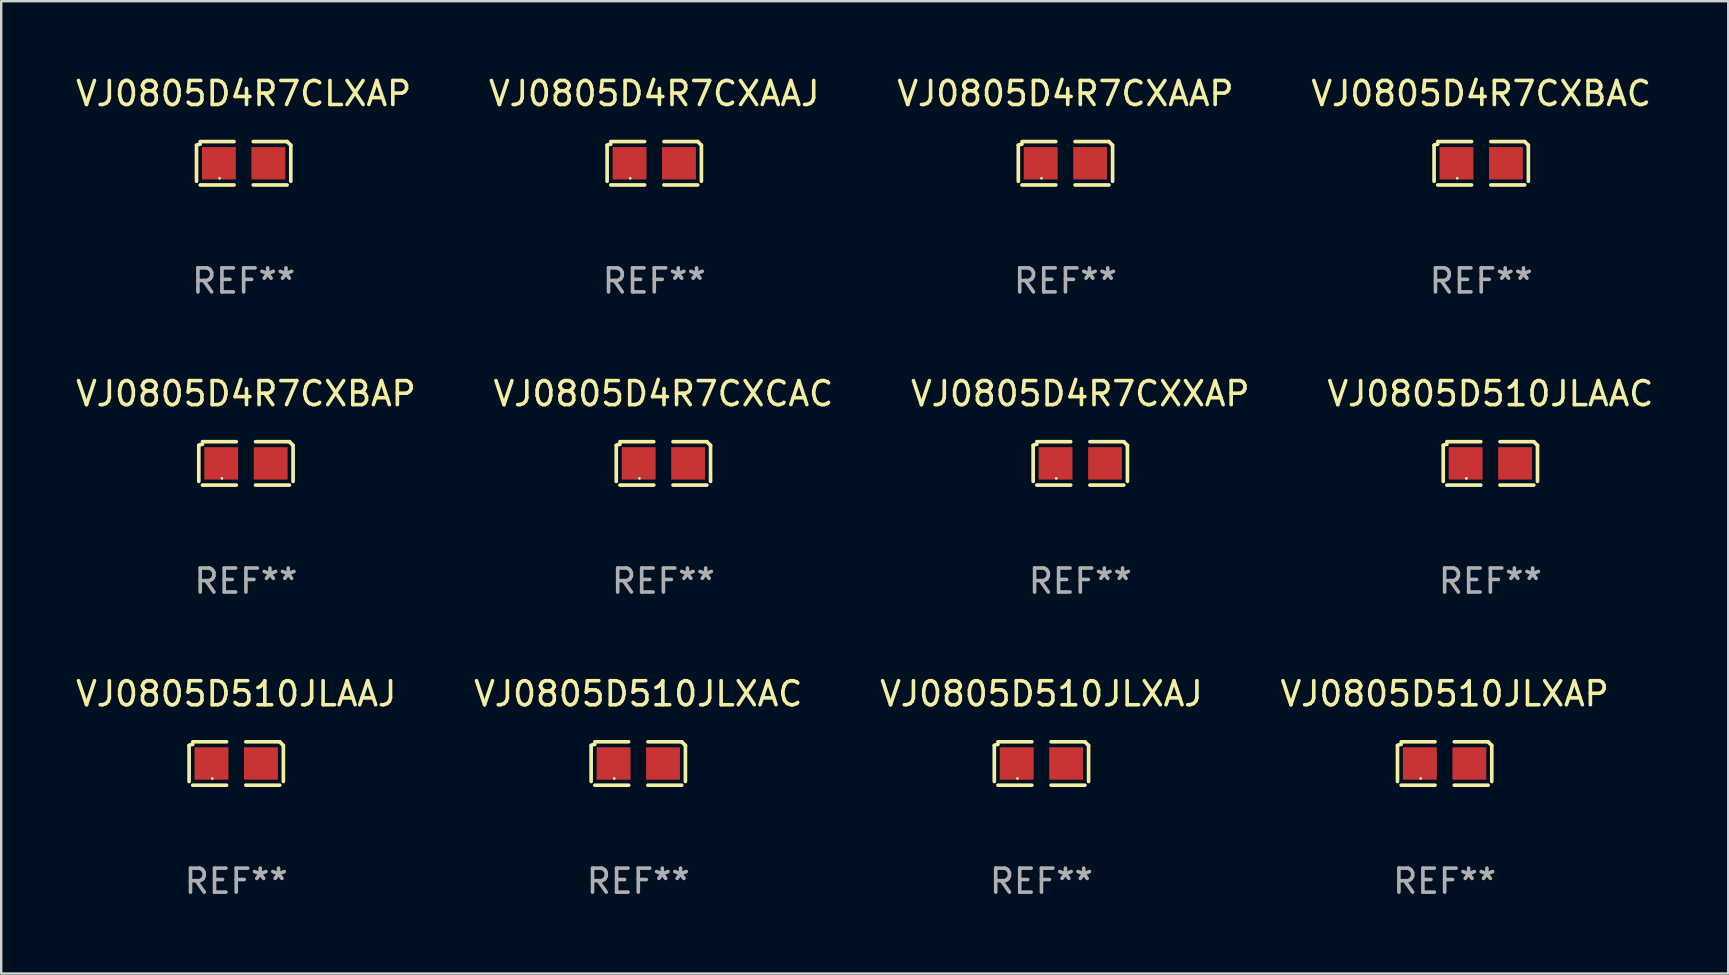
<source format=kicad_pcb>
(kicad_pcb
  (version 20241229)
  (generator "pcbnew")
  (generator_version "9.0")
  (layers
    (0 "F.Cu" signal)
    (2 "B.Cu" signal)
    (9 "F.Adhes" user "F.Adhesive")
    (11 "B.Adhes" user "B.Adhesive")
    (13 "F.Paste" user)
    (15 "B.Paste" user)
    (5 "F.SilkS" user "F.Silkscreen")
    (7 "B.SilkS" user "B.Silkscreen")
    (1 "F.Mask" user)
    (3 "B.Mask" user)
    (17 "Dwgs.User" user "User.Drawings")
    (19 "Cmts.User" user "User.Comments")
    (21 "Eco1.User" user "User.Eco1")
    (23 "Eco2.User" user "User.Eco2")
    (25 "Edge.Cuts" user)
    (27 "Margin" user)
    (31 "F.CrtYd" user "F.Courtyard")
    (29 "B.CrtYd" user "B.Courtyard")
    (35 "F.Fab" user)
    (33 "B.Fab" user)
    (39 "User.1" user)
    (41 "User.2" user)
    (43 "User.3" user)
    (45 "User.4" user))
  (footprint "VJ0805D4R7CXBAP"
    (layer "F.Cu")
    (at 7.196 16.256)
    (property "Reference" "VJ0805D4R7CXBAP" (at 0 -2.904 0) (layer "F.SilkS") (effects (font (size 1 1) (thickness 0.15))))
    (attr through_hole)
    (fp_line (start -1.964 0.751) (end -1.964 -0.751) (stroke (width 0.152) (type solid)) (layer "F.SilkS"))
    (fp_line (start -1.811 -0.904) (end -0.401 -0.904) (stroke (width 0.152) (type solid)) (layer "F.SilkS"))
    (fp_line (start -0.401 0.904) (end -1.811 0.904) (stroke (width 0.152) (type solid)) (layer "F.SilkS"))
    (fp_line (start 0.401 0.904) (end 1.811 0.904) (stroke (width 0.152) (type solid)) (layer "F.SilkS"))
    (fp_line (start 1.811 -0.904) (end 0.401 -0.904) (stroke (width 0.152) (type solid)) (layer "F.SilkS"))
    (fp_line (start 1.964 0.751) (end 1.964 -0.751) (stroke (width 0.152) (type solid)) (layer "F.SilkS"))
    (fp_arc (start -1.963602 -0.751207) (mid -1.890354 -0.783131) (end -1.811201 -0.794044) (stroke (width 0.1524) (type solid)) (layer "F.SilkS"))
    (fp_arc (start 1.811202 -0.903607) (mid 1.887413 -0.827418) (end 1.963602 -0.751207) (stroke (width 0.1524) (type solid)) (layer "F.SilkS"))
    (fp_circle (center -1 0.625) (end -0.97 0.625) (stroke (width 0.06) (type solid)) (fill no) (layer "F.SilkS"))
    (fp_text user "REF**" (at 0 4.904 0) (layer "F.Fab") (effects (font (size 1 1) (thickness 0.15))))
    (pad "1" smd rect (at -1.03 0) (size 1.41 1.35) (layers "F.Cu" "F.Mask" "F.Paste"))
    (pad "2" smd rect (at 1.03 0) (size 1.41 1.35) (layers "F.Cu" "F.Mask" "F.Paste")))
  (footprint "VJ0805D510JLXAP"
    (layer "F.Cu")
    (at 57.137 28.759)
    (property "Reference" "VJ0805D510JLXAP" (at 0 -2.904 0) (layer "F.SilkS") (effects (font (size 1 1) (thickness 0.15))))
    (attr through_hole)
    (fp_line (start -1.964 0.751) (end -1.964 -0.751) (stroke (width 0.152) (type solid)) (layer "F.SilkS"))
    (fp_line (start -1.811 -0.904) (end -0.401 -0.904) (stroke (width 0.152) (type solid)) (layer "F.SilkS"))
    (fp_line (start -0.401 0.904) (end -1.811 0.904) (stroke (width 0.152) (type solid)) (layer "F.SilkS"))
    (fp_line (start 0.401 0.904) (end 1.811 0.904) (stroke (width 0.152) (type solid)) (layer "F.SilkS"))
    (fp_line (start 1.811 -0.904) (end 0.401 -0.904) (stroke (width 0.152) (type solid)) (layer "F.SilkS"))
    (fp_line (start 1.964 0.751) (end 1.964 -0.751) (stroke (width 0.152) (type solid)) (layer "F.SilkS"))
    (fp_arc (start -1.963602 -0.751207) (mid -1.890354 -0.783131) (end -1.811201 -0.794044) (stroke (width 0.1524) (type solid)) (layer "F.SilkS"))
    (fp_arc (start 1.811202 -0.903607) (mid 1.887413 -0.827418) (end 1.963602 -0.751207) (stroke (width 0.1524) (type solid)) (layer "F.SilkS"))
    (fp_circle (center -1 0.625) (end -0.97 0.625) (stroke (width 0.06) (type solid)) (fill no) (layer "F.SilkS"))
    (fp_text user "REF**" (at 0 4.904 0) (layer "F.Fab") (effects (font (size 1 1) (thickness 0.15))))
    (pad "1" smd rect (at -1.03 0) (size 1.41 1.35) (layers "F.Cu" "F.Mask" "F.Paste"))
    (pad "2" smd rect (at 1.03 0) (size 1.41 1.35) (layers "F.Cu" "F.Mask" "F.Paste")))
  (footprint "VJ0805D510JLAAC"
    (layer "F.Cu")
    (at 59.042 16.256)
    (property "Reference" "VJ0805D510JLAAC" (at 0 -2.904 0) (layer "F.SilkS") (effects (font (size 1 1) (thickness 0.15))))
    (attr through_hole)
    (fp_line (start -1.964 0.751) (end -1.964 -0.751) (stroke (width 0.152) (type solid)) (layer "F.SilkS"))
    (fp_line (start -1.811 -0.904) (end -0.401 -0.904) (stroke (width 0.152) (type solid)) (layer "F.SilkS"))
    (fp_line (start -0.401 0.904) (end -1.811 0.904) (stroke (width 0.152) (type solid)) (layer "F.SilkS"))
    (fp_line (start 0.401 0.904) (end 1.811 0.904) (stroke (width 0.152) (type solid)) (layer "F.SilkS"))
    (fp_line (start 1.811 -0.904) (end 0.401 -0.904) (stroke (width 0.152) (type solid)) (layer "F.SilkS"))
    (fp_line (start 1.964 0.751) (end 1.964 -0.751) (stroke (width 0.152) (type solid)) (layer "F.SilkS"))
    (fp_arc (start -1.963602 -0.751207) (mid -1.890354 -0.783131) (end -1.811201 -0.794044) (stroke (width 0.1524) (type solid)) (layer "F.SilkS"))
    (fp_arc (start 1.811202 -0.903607) (mid 1.887413 -0.827418) (end 1.963602 -0.751207) (stroke (width 0.1524) (type solid)) (layer "F.SilkS"))
    (fp_circle (center -1 0.625) (end -0.97 0.625) (stroke (width 0.06) (type solid)) (fill no) (layer "F.SilkS"))
    (fp_text user "REF**" (at 0 4.904 0) (layer "F.Fab") (effects (font (size 1 1) (thickness 0.15))))
    (pad "1" smd rect (at -1.03 0) (size 1.41 1.35) (layers "F.Cu" "F.Mask" "F.Paste"))
    (pad "2" smd rect (at 1.03 0) (size 1.41 1.35) (layers "F.Cu" "F.Mask" "F.Paste")))
  (footprint "VJ0805D510JLAAJ"
    (layer "F.Cu")
    (at 6.792 28.759)
    (property "Reference" "VJ0805D510JLAAJ" (at 0 -2.904 0) (layer "F.SilkS") (effects (font (size 1 1) (thickness 0.15))))
    (attr through_hole)
    (fp_line (start -1.964 0.751) (end -1.964 -0.751) (stroke (width 0.152) (type solid)) (layer "F.SilkS"))
    (fp_line (start -1.811 -0.904) (end -0.401 -0.904) (stroke (width 0.152) (type solid)) (layer "F.SilkS"))
    (fp_line (start -0.401 0.904) (end -1.811 0.904) (stroke (width 0.152) (type solid)) (layer "F.SilkS"))
    (fp_line (start 0.401 0.904) (end 1.811 0.904) (stroke (width 0.152) (type solid)) (layer "F.SilkS"))
    (fp_line (start 1.811 -0.904) (end 0.401 -0.904) (stroke (width 0.152) (type solid)) (layer "F.SilkS"))
    (fp_line (start 1.964 0.751) (end 1.964 -0.751) (stroke (width 0.152) (type solid)) (layer "F.SilkS"))
    (fp_arc (start -1.963602 -0.751207) (mid -1.890354 -0.783131) (end -1.811201 -0.794044) (stroke (width 0.1524) (type solid)) (layer "F.SilkS"))
    (fp_arc (start 1.811202 -0.903607) (mid 1.887413 -0.827418) (end 1.963602 -0.751207) (stroke (width 0.1524) (type solid)) (layer "F.SilkS"))
    (fp_circle (center -1 0.625) (end -0.97 0.625) (stroke (width 0.06) (type solid)) (fill no) (layer "F.SilkS"))
    (fp_text user "REF**" (at 0 4.904 0) (layer "F.Fab") (effects (font (size 1 1) (thickness 0.15))))
    (pad "1" smd rect (at -1.03 0) (size 1.41 1.35) (layers "F.Cu" "F.Mask" "F.Paste"))
    (pad "2" smd rect (at 1.03 0) (size 1.41 1.35) (layers "F.Cu" "F.Mask" "F.Paste")))
  (footprint "VJ0805D4R7CXAAJ"
    (layer "F.Cu")
    (at 24.208 3.752)
    (property "Reference" "VJ0805D4R7CXAAJ" (at 0 -2.904 0) (layer "F.SilkS") (effects (font (size 1 1) (thickness 0.15))))
    (attr through_hole)
    (fp_line (start -1.964 0.751) (end -1.964 -0.751) (stroke (width 0.152) (type solid)) (layer "F.SilkS"))
    (fp_line (start -1.811 -0.904) (end -0.401 -0.904) (stroke (width 0.152) (type solid)) (layer "F.SilkS"))
    (fp_line (start -0.401 0.904) (end -1.811 0.904) (stroke (width 0.152) (type solid)) (layer "F.SilkS"))
    (fp_line (start 0.401 0.904) (end 1.811 0.904) (stroke (width 0.152) (type solid)) (layer "F.SilkS"))
    (fp_line (start 1.811 -0.904) (end 0.401 -0.904) (stroke (width 0.152) (type solid)) (layer "F.SilkS"))
    (fp_line (start 1.964 0.751) (end 1.964 -0.751) (stroke (width 0.152) (type solid)) (layer "F.SilkS"))
    (fp_arc (start -1.963602 -0.751207) (mid -1.890354 -0.783131) (end -1.811201 -0.794044) (stroke (width 0.1524) (type solid)) (layer "F.SilkS"))
    (fp_arc (start 1.811202 -0.903607) (mid 1.887413 -0.827418) (end 1.963602 -0.751207) (stroke (width 0.1524) (type solid)) (layer "F.SilkS"))
    (fp_circle (center -1 0.625) (end -0.97 0.625) (stroke (width 0.06) (type solid)) (fill no) (layer "F.SilkS"))
    (fp_text user "REF**" (at 0 4.904 0) (layer "F.Fab") (effects (font (size 1 1) (thickness 0.15))))
    (pad "1" smd rect (at -1.03 0) (size 1.41 1.35) (layers "F.Cu" "F.Mask" "F.Paste"))
    (pad "2" smd rect (at 1.03 0) (size 1.41 1.35) (layers "F.Cu" "F.Mask" "F.Paste")))
  (footprint "VJ0805D510JLXAJ"
    (layer "F.Cu")
    (at 40.339 28.759)
    (property "Reference" "VJ0805D510JLXAJ" (at 0 -2.904 0) (layer "F.SilkS") (effects (font (size 1 1) (thickness 0.15))))
    (attr through_hole)
    (fp_line (start -1.964 0.751) (end -1.964 -0.751) (stroke (width 0.152) (type solid)) (layer "F.SilkS"))
    (fp_line (start -1.811 -0.904) (end -0.401 -0.904) (stroke (width 0.152) (type solid)) (layer "F.SilkS"))
    (fp_line (start -0.401 0.904) (end -1.811 0.904) (stroke (width 0.152) (type solid)) (layer "F.SilkS"))
    (fp_line (start 0.401 0.904) (end 1.811 0.904) (stroke (width 0.152) (type solid)) (layer "F.SilkS"))
    (fp_line (start 1.811 -0.904) (end 0.401 -0.904) (stroke (width 0.152) (type solid)) (layer "F.SilkS"))
    (fp_line (start 1.964 0.751) (end 1.964 -0.751) (stroke (width 0.152) (type solid)) (layer "F.SilkS"))
    (fp_arc (start -1.963602 -0.751207) (mid -1.890354 -0.783131) (end -1.811201 -0.794044) (stroke (width 0.1524) (type solid)) (layer "F.SilkS"))
    (fp_arc (start 1.811202 -0.903607) (mid 1.887413 -0.827418) (end 1.963602 -0.751207) (stroke (width 0.1524) (type solid)) (layer "F.SilkS"))
    (fp_circle (center -1 0.625) (end -0.97 0.625) (stroke (width 0.06) (type solid)) (fill no) (layer "F.SilkS"))
    (fp_text user "REF**" (at 0 4.904 0) (layer "F.Fab") (effects (font (size 1 1) (thickness 0.15))))
    (pad "1" smd rect (at -1.03 0) (size 1.41 1.35) (layers "F.Cu" "F.Mask" "F.Paste"))
    (pad "2" smd rect (at 1.03 0) (size 1.41 1.35) (layers "F.Cu" "F.Mask" "F.Paste")))
  (footprint "VJ0805D4R7CXCAC"
    (layer "F.Cu")
    (at 24.589 16.256)
    (property "Reference" "VJ0805D4R7CXCAC" (at 0 -2.904 0) (layer "F.SilkS") (effects (font (size 1 1) (thickness 0.15))))
    (attr through_hole)
    (fp_line (start -1.964 0.751) (end -1.964 -0.751) (stroke (width 0.152) (type solid)) (layer "F.SilkS"))
    (fp_line (start -1.811 -0.904) (end -0.401 -0.904) (stroke (width 0.152) (type solid)) (layer "F.SilkS"))
    (fp_line (start -0.401 0.904) (end -1.811 0.904) (stroke (width 0.152) (type solid)) (layer "F.SilkS"))
    (fp_line (start 0.401 0.904) (end 1.811 0.904) (stroke (width 0.152) (type solid)) (layer "F.SilkS"))
    (fp_line (start 1.811 -0.904) (end 0.401 -0.904) (stroke (width 0.152) (type solid)) (layer "F.SilkS"))
    (fp_line (start 1.964 0.751) (end 1.964 -0.751) (stroke (width 0.152) (type solid)) (layer "F.SilkS"))
    (fp_arc (start -1.963602 -0.751207) (mid -1.890354 -0.783131) (end -1.811201 -0.794044) (stroke (width 0.1524) (type solid)) (layer "F.SilkS"))
    (fp_arc (start 1.811202 -0.903607) (mid 1.887413 -0.827418) (end 1.963602 -0.751207) (stroke (width 0.1524) (type solid)) (layer "F.SilkS"))
    (fp_circle (center -1 0.625) (end -0.97 0.625) (stroke (width 0.06) (type solid)) (fill no) (layer "F.SilkS"))
    (fp_text user "REF**" (at 0 4.904 0) (layer "F.Fab") (effects (font (size 1 1) (thickness 0.15))))
    (pad "1" smd rect (at -1.03 0) (size 1.41 1.35) (layers "F.Cu" "F.Mask" "F.Paste"))
    (pad "2" smd rect (at 1.03 0) (size 1.41 1.35) (layers "F.Cu" "F.Mask" "F.Paste")))
  (footprint "VJ0805D4R7CXXAP"
    (layer "F.Cu")
    (at 41.958 16.256)
    (property "Reference" "VJ0805D4R7CXXAP" (at 0 -2.904 0) (layer "F.SilkS") (effects (font (size 1 1) (thickness 0.15))))
    (attr through_hole)
    (fp_line (start -1.964 0.751) (end -1.964 -0.751) (stroke (width 0.152) (type solid)) (layer "F.SilkS"))
    (fp_line (start -1.811 -0.904) (end -0.401 -0.904) (stroke (width 0.152) (type solid)) (layer "F.SilkS"))
    (fp_line (start -0.401 0.904) (end -1.811 0.904) (stroke (width 0.152) (type solid)) (layer "F.SilkS"))
    (fp_line (start 0.401 0.904) (end 1.811 0.904) (stroke (width 0.152) (type solid)) (layer "F.SilkS"))
    (fp_line (start 1.811 -0.904) (end 0.401 -0.904) (stroke (width 0.152) (type solid)) (layer "F.SilkS"))
    (fp_line (start 1.964 0.751) (end 1.964 -0.751) (stroke (width 0.152) (type solid)) (layer "F.SilkS"))
    (fp_arc (start -1.963602 -0.751207) (mid -1.890354 -0.783131) (end -1.811201 -0.794044) (stroke (width 0.1524) (type solid)) (layer "F.SilkS"))
    (fp_arc (start 1.811202 -0.903607) (mid 1.887413 -0.827418) (end 1.963602 -0.751207) (stroke (width 0.1524) (type solid)) (layer "F.SilkS"))
    (fp_circle (center -1 0.625) (end -0.97 0.625) (stroke (width 0.06) (type solid)) (fill no) (layer "F.SilkS"))
    (fp_text user "REF**" (at 0 4.904 0) (layer "F.Fab") (effects (font (size 1 1) (thickness 0.15))))
    (pad "1" smd rect (at -1.03 0) (size 1.41 1.35) (layers "F.Cu" "F.Mask" "F.Paste"))
    (pad "2" smd rect (at 1.03 0) (size 1.41 1.35) (layers "F.Cu" "F.Mask" "F.Paste")))
  (footprint "VJ0805D510JLXAC"
    (layer "F.Cu")
    (at 23.542 28.759)
    (property "Reference" "VJ0805D510JLXAC" (at 0 -2.904 0) (layer "F.SilkS") (effects (font (size 1 1) (thickness 0.15))))
    (attr through_hole)
    (fp_line (start -1.964 0.751) (end -1.964 -0.751) (stroke (width 0.152) (type solid)) (layer "F.SilkS"))
    (fp_line (start -1.811 -0.904) (end -0.401 -0.904) (stroke (width 0.152) (type solid)) (layer "F.SilkS"))
    (fp_line (start -0.401 0.904) (end -1.811 0.904) (stroke (width 0.152) (type solid)) (layer "F.SilkS"))
    (fp_line (start 0.401 0.904) (end 1.811 0.904) (stroke (width 0.152) (type solid)) (layer "F.SilkS"))
    (fp_line (start 1.811 -0.904) (end 0.401 -0.904) (stroke (width 0.152) (type solid)) (layer "F.SilkS"))
    (fp_line (start 1.964 0.751) (end 1.964 -0.751) (stroke (width 0.152) (type solid)) (layer "F.SilkS"))
    (fp_arc (start -1.963602 -0.751207) (mid -1.890354 -0.783131) (end -1.811201 -0.794044) (stroke (width 0.1524) (type solid)) (layer "F.SilkS"))
    (fp_arc (start 1.811202 -0.903607) (mid 1.887413 -0.827418) (end 1.963602 -0.751207) (stroke (width 0.1524) (type solid)) (layer "F.SilkS"))
    (fp_circle (center -1 0.625) (end -0.97 0.625) (stroke (width 0.06) (type solid)) (fill no) (layer "F.SilkS"))
    (fp_text user "REF**" (at 0 4.904 0) (layer "F.Fab") (effects (font (size 1 1) (thickness 0.15))))
    (pad "1" smd rect (at -1.03 0) (size 1.41 1.35) (layers "F.Cu" "F.Mask" "F.Paste"))
    (pad "2" smd rect (at 1.03 0) (size 1.41 1.35) (layers "F.Cu" "F.Mask" "F.Paste")))
  (footprint "VJ0805D4R7CLXAP"
    (layer "F.Cu")
    (at 7.101 3.752)
    (property "Reference" "VJ0805D4R7CLXAP" (at 0 -2.904 0) (layer "F.SilkS") (effects (font (size 1 1) (thickness 0.15))))
    (attr through_hole)
    (fp_line (start -1.964 0.751) (end -1.964 -0.751) (stroke (width 0.152) (type solid)) (layer "F.SilkS"))
    (fp_line (start -1.811 -0.904) (end -0.401 -0.904) (stroke (width 0.152) (type solid)) (layer "F.SilkS"))
    (fp_line (start -0.401 0.904) (end -1.811 0.904) (stroke (width 0.152) (type solid)) (layer "F.SilkS"))
    (fp_line (start 0.401 0.904) (end 1.811 0.904) (stroke (width 0.152) (type solid)) (layer "F.SilkS"))
    (fp_line (start 1.811 -0.904) (end 0.401 -0.904) (stroke (width 0.152) (type solid)) (layer "F.SilkS"))
    (fp_line (start 1.964 0.751) (end 1.964 -0.751) (stroke (width 0.152) (type solid)) (layer "F.SilkS"))
    (fp_arc (start -1.963602 -0.751207) (mid -1.890354 -0.783131) (end -1.811201 -0.794044) (stroke (width 0.1524) (type solid)) (layer "F.SilkS"))
    (fp_arc (start 1.811202 -0.903607) (mid 1.887413 -0.827418) (end 1.963602 -0.751207) (stroke (width 0.1524) (type solid)) (layer "F.SilkS"))
    (fp_circle (center -1 0.625) (end -0.97 0.625) (stroke (width 0.06) (type solid)) (fill no) (layer "F.SilkS"))
    (fp_text user "REF**" (at 0 4.904 0) (layer "F.Fab") (effects (font (size 1 1) (thickness 0.15))))
    (pad "1" smd rect (at -1.03 0) (size 1.41 1.35) (layers "F.Cu" "F.Mask" "F.Paste"))
    (pad "2" smd rect (at 1.03 0) (size 1.41 1.35) (layers "F.Cu" "F.Mask" "F.Paste")))
  (footprint "VJ0805D4R7CXAAP"
    (layer "F.Cu")
    (at 41.339 3.752)
    (property "Reference" "VJ0805D4R7CXAAP" (at 0 -2.904 0) (layer "F.SilkS") (effects (font (size 1 1) (thickness 0.15))))
    (attr through_hole)
    (fp_line (start -1.964 0.751) (end -1.964 -0.751) (stroke (width 0.152) (type solid)) (layer "F.SilkS"))
    (fp_line (start -1.811 -0.904) (end -0.401 -0.904) (stroke (width 0.152) (type solid)) (layer "F.SilkS"))
    (fp_line (start -0.401 0.904) (end -1.811 0.904) (stroke (width 0.152) (type solid)) (layer "F.SilkS"))
    (fp_line (start 0.401 0.904) (end 1.811 0.904) (stroke (width 0.152) (type solid)) (layer "F.SilkS"))
    (fp_line (start 1.811 -0.904) (end 0.401 -0.904) (stroke (width 0.152) (type solid)) (layer "F.SilkS"))
    (fp_line (start 1.964 0.751) (end 1.964 -0.751) (stroke (width 0.152) (type solid)) (layer "F.SilkS"))
    (fp_arc (start -1.963602 -0.751207) (mid -1.890354 -0.783131) (end -1.811201 -0.794044) (stroke (width 0.1524) (type solid)) (layer "F.SilkS"))
    (fp_arc (start 1.811202 -0.903607) (mid 1.887413 -0.827418) (end 1.963602 -0.751207) (stroke (width 0.1524) (type solid)) (layer "F.SilkS"))
    (fp_circle (center -1 0.625) (end -0.97 0.625) (stroke (width 0.06) (type solid)) (fill no) (layer "F.SilkS"))
    (fp_text user "REF**" (at 0 4.904 0) (layer "F.Fab") (effects (font (size 1 1) (thickness 0.15))))
    (pad "1" smd rect (at -1.03 0) (size 1.41 1.35) (layers "F.Cu" "F.Mask" "F.Paste"))
    (pad "2" smd rect (at 1.03 0) (size 1.41 1.35) (layers "F.Cu" "F.Mask" "F.Paste")))
  (footprint "VJ0805D4R7CXBAC"
    (layer "F.Cu")
    (at 58.661 3.752)
    (property "Reference" "VJ0805D4R7CXBAC" (at 0 -2.904 0) (layer "F.SilkS") (effects (font (size 1 1) (thickness 0.15))))
    (attr through_hole)
    (fp_line (start -1.964 0.751) (end -1.964 -0.751) (stroke (width 0.152) (type solid)) (layer "F.SilkS"))
    (fp_line (start -1.811 -0.904) (end -0.401 -0.904) (stroke (width 0.152) (type solid)) (layer "F.SilkS"))
    (fp_line (start -0.401 0.904) (end -1.811 0.904) (stroke (width 0.152) (type solid)) (layer "F.SilkS"))
    (fp_line (start 0.401 0.904) (end 1.811 0.904) (stroke (width 0.152) (type solid)) (layer "F.SilkS"))
    (fp_line (start 1.811 -0.904) (end 0.401 -0.904) (stroke (width 0.152) (type solid)) (layer "F.SilkS"))
    (fp_line (start 1.964 0.751) (end 1.964 -0.751) (stroke (width 0.152) (type solid)) (layer "F.SilkS"))
    (fp_arc (start -1.963602 -0.751207) (mid -1.890354 -0.783131) (end -1.811201 -0.794044) (stroke (width 0.1524) (type solid)) (layer "F.SilkS"))
    (fp_arc (start 1.811202 -0.903607) (mid 1.887413 -0.827418) (end 1.963602 -0.751207) (stroke (width 0.1524) (type solid)) (layer "F.SilkS"))
    (fp_circle (center -1 0.625) (end -0.97 0.625) (stroke (width 0.06) (type solid)) (fill no) (layer "F.SilkS"))
    (fp_text user "REF**" (at 0 4.904 0) (layer "F.Fab") (effects (font (size 1 1) (thickness 0.15))))
    (pad "1" smd rect (at -1.03 0) (size 1.41 1.35) (layers "F.Cu" "F.Mask" "F.Paste"))
    (pad "2" smd rect (at 1.03 0) (size 1.41 1.35) (layers "F.Cu" "F.Mask" "F.Paste")))
  (gr_rect
    (start -3 -3)
    (end 68.952 37.511)
    (stroke (width 0.1) (type default))
    (fill no)
    (layer "Edge.Cuts")))
</source>
